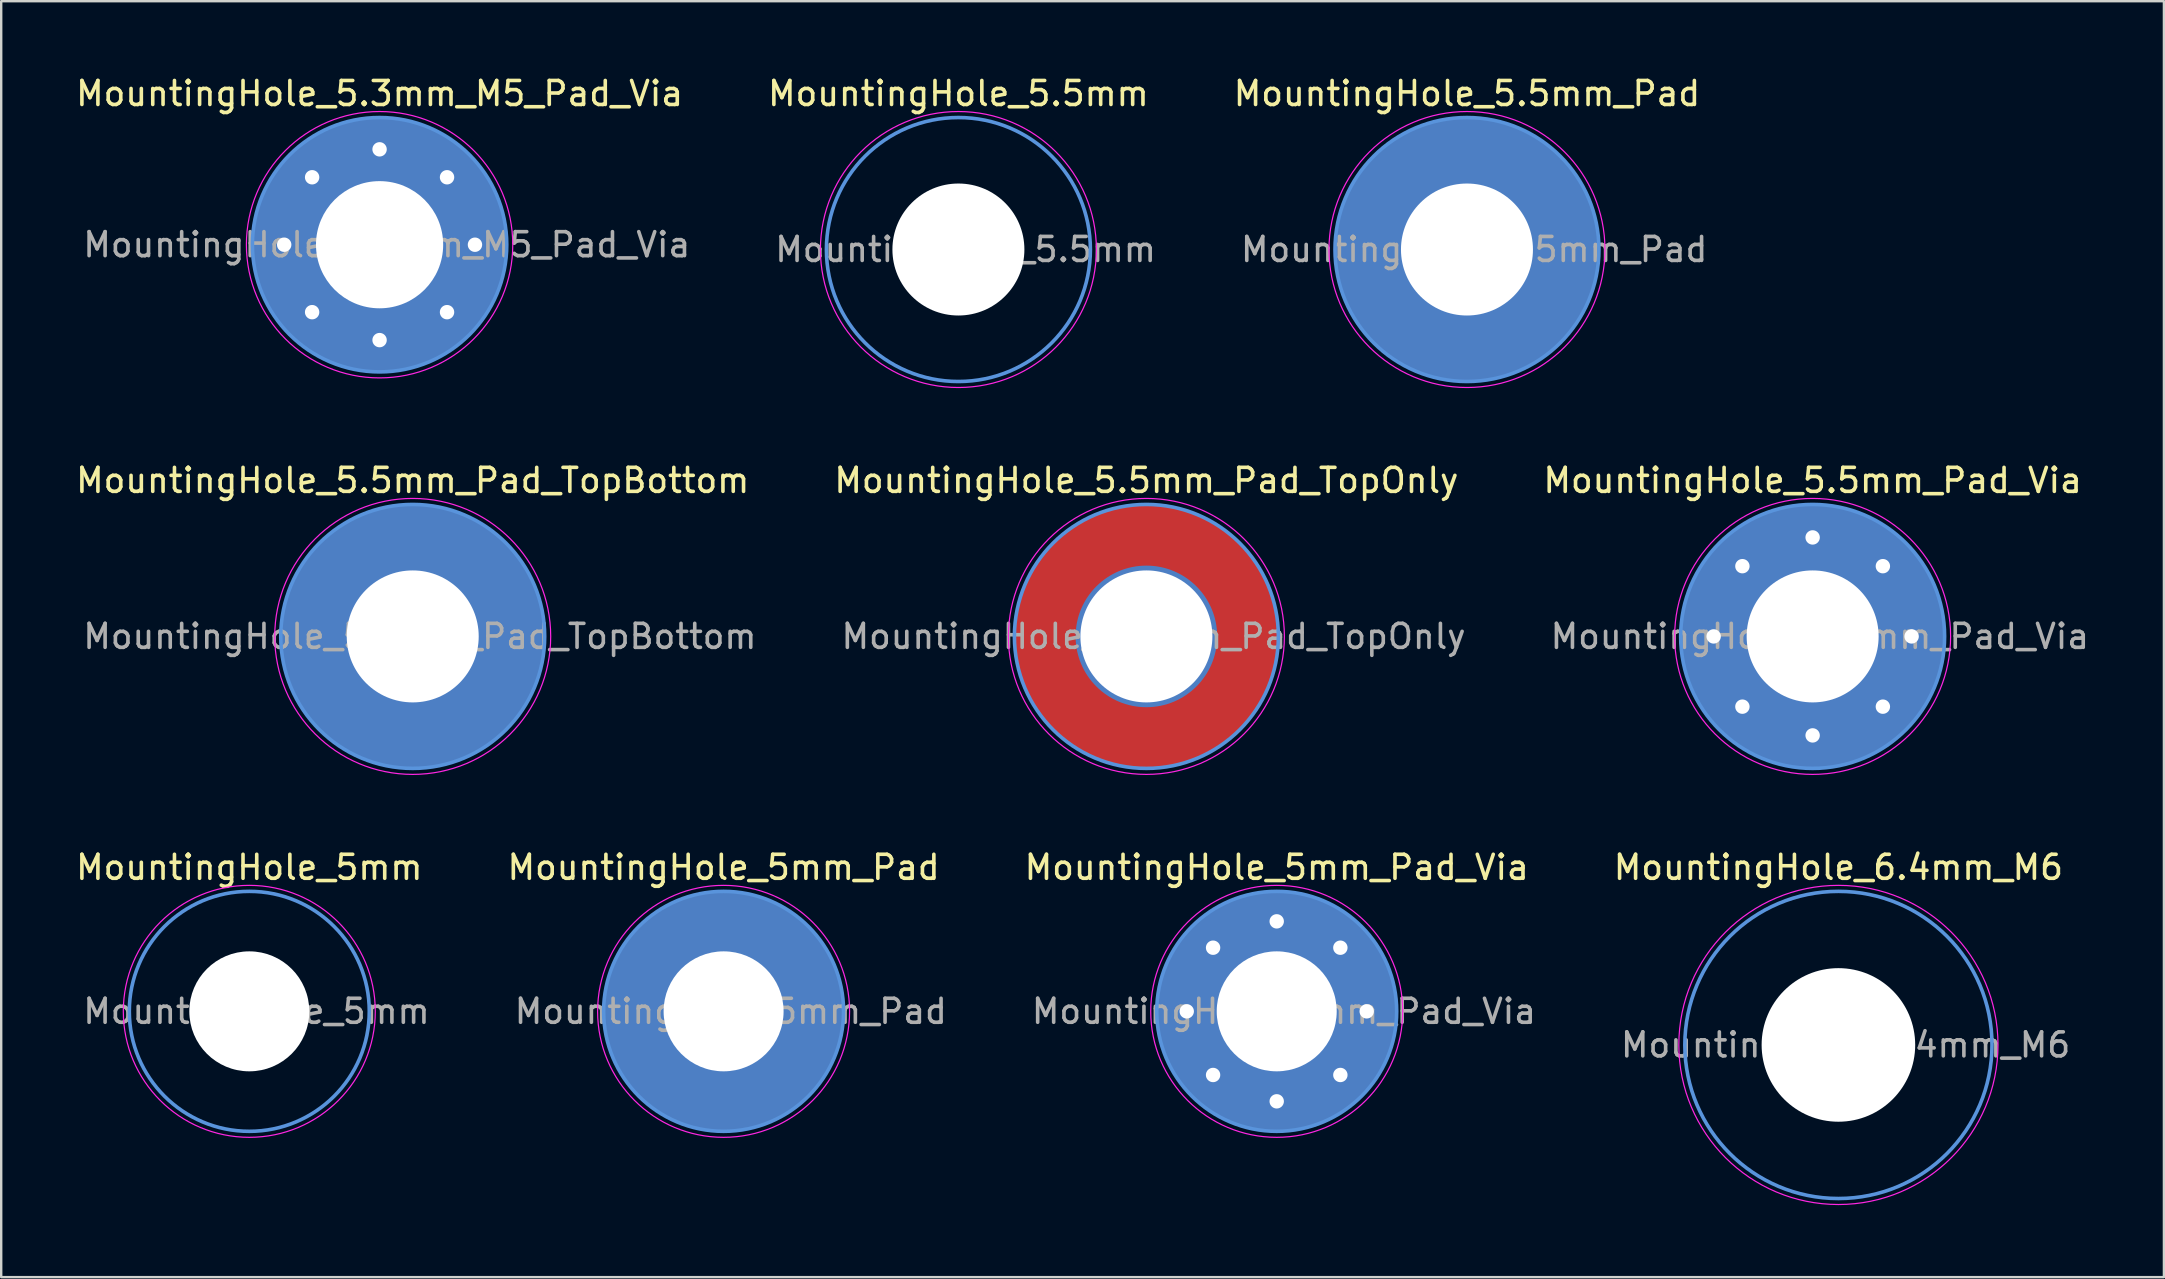
<source format=kicad_pcb>
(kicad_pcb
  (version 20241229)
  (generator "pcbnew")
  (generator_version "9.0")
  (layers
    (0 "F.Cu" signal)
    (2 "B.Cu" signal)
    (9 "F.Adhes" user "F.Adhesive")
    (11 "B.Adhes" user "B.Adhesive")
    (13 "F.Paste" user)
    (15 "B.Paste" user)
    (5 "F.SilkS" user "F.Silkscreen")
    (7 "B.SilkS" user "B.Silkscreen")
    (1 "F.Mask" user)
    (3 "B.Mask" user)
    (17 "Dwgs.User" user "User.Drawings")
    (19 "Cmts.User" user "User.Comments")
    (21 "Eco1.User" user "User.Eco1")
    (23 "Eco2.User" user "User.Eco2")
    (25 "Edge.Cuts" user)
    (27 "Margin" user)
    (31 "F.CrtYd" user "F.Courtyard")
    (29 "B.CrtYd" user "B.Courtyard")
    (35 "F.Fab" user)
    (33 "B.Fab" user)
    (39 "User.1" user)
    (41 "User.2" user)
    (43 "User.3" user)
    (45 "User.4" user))
  (footprint "MountingHole_5mm"
    (layer "F.Cu")
    (at 7.339 39.095)
    (property "Reference" "MountingHole_5mm" (at 0 -6 0) (layer "F.SilkS") (effects (font (size 1 1) (thickness 0.15))))
    (attr exclude_from_pos_files exclude_from_bom)
    (fp_circle (center 0 0) (end 5 0) (stroke (width 0.15) (type solid)) (fill no) (layer "Cmts.User"))
    (fp_circle (center 0 0) (end 5.25 0) (stroke (width 0.05) (type solid)) (fill no) (layer "F.CrtYd"))
    (fp_text user "${REFERENCE}" (at 0.3 0 0) (layer "F.Fab") (effects (font (size 1 1) (thickness 0.15))))
    (pad "" np_thru_hole circle (at 0 0) (size 5 5) (drill 5) (layers "*.Cu" "*.Mask")))
  (footprint "MountingHole_6.4mm_M6"
    (layer "F.Cu")
    (at 73.561 40.495)
    (property "Reference" "MountingHole_6.4mm_M6" (at 0 -7.4 0) (layer "F.SilkS") (effects (font (size 1 1) (thickness 0.15))))
    (attr exclude_from_pos_files exclude_from_bom)
    (fp_circle (center 0 0) (end 6.4 0) (stroke (width 0.15) (type solid)) (fill no) (layer "Cmts.User"))
    (fp_circle (center 0 0) (end 6.65 0) (stroke (width 0.05) (type solid)) (fill no) (layer "F.CrtYd"))
    (fp_text user "${REFERENCE}" (at 0.3 0 0) (layer "F.Fab") (effects (font (size 1 1) (thickness 0.15))))
    (pad "" np_thru_hole circle (at 0 0) (size 6.4 6.4) (drill 6.4) (layers "*.Cu" "*.Mask")))
  (footprint "MountingHole_5.5mm_Pad"
    (layer "F.Cu")
    (at 58.082 7.348)
    (property "Reference" "MountingHole_5.5mm_Pad" (at 0 -6.5 0) (layer "F.SilkS") (effects (font (size 1 1) (thickness 0.15))))
    (attr exclude_from_pos_files exclude_from_bom)
    (fp_circle (center 0 0) (end 5.5 0) (stroke (width 0.15) (type solid)) (fill no) (layer "Cmts.User"))
    (fp_circle (center 0 0) (end 5.75 0) (stroke (width 0.05) (type solid)) (fill no) (layer "F.CrtYd"))
    (fp_text user "${REFERENCE}" (at 0.3 0 0) (layer "F.Fab") (effects (font (size 1 1) (thickness 0.15))))
    (pad "1" thru_hole circle (at 0 0) (size 11 11) (drill 5.5) (layers "*.Cu" "*.Mask")))
  (footprint "MountingHole_5mm_Pad_Via"
    (layer "F.Cu")
    (at 50.154 39.095)
    (property "Reference" "MountingHole_5mm_Pad_Via" (at 0 -6 0) (layer "F.SilkS") (effects (font (size 1 1) (thickness 0.15))))
    (attr exclude_from_pos_files exclude_from_bom)
    (fp_circle (center 0 0) (end 5 0) (stroke (width 0.15) (type solid)) (fill no) (layer "Cmts.User"))
    (fp_circle (center 0 0) (end 5.25 0) (stroke (width 0.05) (type solid)) (fill no) (layer "F.CrtYd"))
    (fp_text user "${REFERENCE}" (at 0.3 0 0) (layer "F.Fab") (effects (font (size 1 1) (thickness 0.15))))
    (pad "1" thru_hole circle (at -3.75 0) (size 0.9 0.9) (drill 0.6) (layers "*.Cu" "*.Mask"))
    (pad "1" thru_hole circle (at -2.652 -2.652) (size 0.9 0.9) (drill 0.6) (layers "*.Cu" "*.Mask"))
    (pad "1" thru_hole circle (at -2.652 2.652) (size 0.9 0.9) (drill 0.6) (layers "*.Cu" "*.Mask"))
    (pad "1" thru_hole circle (at 0 -3.75) (size 0.9 0.9) (drill 0.6) (layers "*.Cu" "*.Mask"))
    (pad "1" thru_hole circle (at 0 0) (size 10 10) (drill 5) (layers "*.Cu" "*.Mask"))
    (pad "1" thru_hole circle (at 0 3.75) (size 0.9 0.9) (drill 0.6) (layers "*.Cu" "*.Mask"))
    (pad "1" thru_hole circle (at 2.652 -2.652) (size 0.9 0.9) (drill 0.6) (layers "*.Cu" "*.Mask"))
    (pad "1" thru_hole circle (at 2.652 2.652) (size 0.9 0.9) (drill 0.6) (layers "*.Cu" "*.Mask"))
    (pad "1" thru_hole circle (at 3.75 0) (size 0.9 0.9) (drill 0.6) (layers "*.Cu" "*.Mask")))
  (footprint "MountingHole_5.5mm_Pad_TopBottom"
    (layer "F.Cu")
    (at 14.149 23.471)
    (property "Reference" "MountingHole_5.5mm_Pad_TopBottom" (at 0 -6.5 0) (layer "F.SilkS") (effects (font (size 1 1) (thickness 0.15))))
    (attr exclude_from_pos_files exclude_from_bom)
    (fp_circle (center 0 0) (end 5.5 0) (stroke (width 0.15) (type solid)) (fill no) (layer "Cmts.User"))
    (fp_circle (center 0 0) (end 5.75 0) (stroke (width 0.05) (type solid)) (fill no) (layer "F.CrtYd"))
    (fp_text user "${REFERENCE}" (at 0.3 0 0) (layer "F.Fab") (effects (font (size 1 1) (thickness 0.15))))
    (pad "1" thru_hole circle (at 0 0) (size 5.9 5.9) (drill 5.5) (layers "*.Cu" "*.Mask"))
    (pad "1" connect circle (at 0 0) (size 11 11) (layers "F.Cu" "F.Mask"))
    (pad "1" connect circle (at 0 0) (size 11 11) (layers "B.Cu" "B.Mask")))
  (footprint "MountingHole_5.5mm_Pad_Via"
    (layer "F.Cu")
    (at 72.487 23.471)
    (property "Reference" "MountingHole_5.5mm_Pad_Via" (at 0 -6.5 0) (layer "F.SilkS") (effects (font (size 1 1) (thickness 0.15))))
    (attr exclude_from_pos_files exclude_from_bom)
    (fp_circle (center 0 0) (end 5.5 0) (stroke (width 0.15) (type solid)) (fill no) (layer "Cmts.User"))
    (fp_circle (center 0 0) (end 5.75 0) (stroke (width 0.05) (type solid)) (fill no) (layer "F.CrtYd"))
    (fp_text user "${REFERENCE}" (at 0.3 0 0) (layer "F.Fab") (effects (font (size 1 1) (thickness 0.15))))
    (pad "1" thru_hole circle (at -4.125 0) (size 0.9 0.9) (drill 0.6) (layers "*.Cu" "*.Mask"))
    (pad "1" thru_hole circle (at -2.927 -2.927) (size 0.9 0.9) (drill 0.6) (layers "*.Cu" "*.Mask"))
    (pad "1" thru_hole circle (at -2.927 2.927) (size 0.9 0.9) (drill 0.6) (layers "*.Cu" "*.Mask"))
    (pad "1" thru_hole circle (at 0 -4.125) (size 0.9 0.9) (drill 0.6) (layers "*.Cu" "*.Mask"))
    (pad "1" thru_hole circle (at 0 0) (size 11 11) (drill 5.5) (layers "*.Cu" "*.Mask"))
    (pad "1" thru_hole circle (at 0 4.125) (size 0.9 0.9) (drill 0.6) (layers "*.Cu" "*.Mask"))
    (pad "1" thru_hole circle (at 2.927 -2.927) (size 0.9 0.9) (drill 0.6) (layers "*.Cu" "*.Mask"))
    (pad "1" thru_hole circle (at 2.927 2.927) (size 0.9 0.9) (drill 0.6) (layers "*.Cu" "*.Mask"))
    (pad "1" thru_hole circle (at 4.125 0) (size 0.9 0.9) (drill 0.6) (layers "*.Cu" "*.Mask")))
  (footprint "MountingHole_5mm_Pad"
    (layer "F.Cu")
    (at 27.104 39.095)
    (property "Reference" "MountingHole_5mm_Pad" (at 0 -6 0) (layer "F.SilkS") (effects (font (size 1 1) (thickness 0.15))))
    (attr exclude_from_pos_files exclude_from_bom)
    (fp_circle (center 0 0) (end 5 0) (stroke (width 0.15) (type solid)) (fill no) (layer "Cmts.User"))
    (fp_circle (center 0 0) (end 5.25 0) (stroke (width 0.05) (type solid)) (fill no) (layer "F.CrtYd"))
    (fp_text user "${REFERENCE}" (at 0.3 0 0) (layer "F.Fab") (effects (font (size 1 1) (thickness 0.15))))
    (pad "1" thru_hole circle (at 0 0) (size 10 10) (drill 5) (layers "*.Cu" "*.Mask")))
  (footprint "MountingHole_5.5mm"
    (layer "F.Cu")
    (at 36.889 7.348)
    (property "Reference" "MountingHole_5.5mm" (at 0 -6.5 0) (layer "F.SilkS") (effects (font (size 1 1) (thickness 0.15))))
    (attr exclude_from_pos_files exclude_from_bom)
    (fp_circle (center 0 0) (end 5.5 0) (stroke (width 0.15) (type solid)) (fill no) (layer "Cmts.User"))
    (fp_circle (center 0 0) (end 5.75 0) (stroke (width 0.05) (type solid)) (fill no) (layer "F.CrtYd"))
    (fp_text user "${REFERENCE}" (at 0.3 0 0) (layer "F.Fab") (effects (font (size 1 1) (thickness 0.15))))
    (pad "" np_thru_hole circle (at 0 0) (size 5.5 5.5) (drill 5.5) (layers "*.Cu" "*.Mask")))
  (footprint "MountingHole_5.5mm_Pad_TopOnly"
    (layer "F.Cu")
    (at 44.723 23.471)
    (property "Reference" "MountingHole_5.5mm_Pad_TopOnly" (at 0 -6.5 0) (layer "F.SilkS") (effects (font (size 1 1) (thickness 0.15))))
    (attr exclude_from_pos_files exclude_from_bom)
    (fp_circle (center 0 0) (end 5.5 0) (stroke (width 0.15) (type solid)) (fill no) (layer "Cmts.User"))
    (fp_circle (center 0 0) (end 5.75 0) (stroke (width 0.05) (type solid)) (fill no) (layer "F.CrtYd"))
    (fp_text user "${REFERENCE}" (at 0.3 0 0) (layer "F.Fab") (effects (font (size 1 1) (thickness 0.15))))
    (pad "1" thru_hole circle (at 0 0) (size 5.9 5.9) (drill 5.5) (layers "*.Cu" "*.Mask"))
    (pad "1" connect circle (at 0 0) (size 11 11) (layers "F.Cu" "F.Mask")))
  (footprint "MountingHole_5.3mm_M5_Pad_Via"
    (layer "F.Cu")
    (at 12.768 7.148)
    (property "Reference" "MountingHole_5.3mm_M5_Pad_Via" (at 0 -6.3 0) (layer "F.SilkS") (effects (font (size 1 1) (thickness 0.15))))
    (attr exclude_from_pos_files exclude_from_bom)
    (fp_circle (center 0 0) (end 5.3 0) (stroke (width 0.15) (type solid)) (fill no) (layer "Cmts.User"))
    (fp_circle (center 0 0) (end 5.55 0) (stroke (width 0.05) (type solid)) (fill no) (layer "F.CrtYd"))
    (fp_text user "${REFERENCE}" (at 0.3 0 0) (layer "F.Fab") (effects (font (size 1 1) (thickness 0.15))))
    (pad "1" thru_hole circle (at -3.975 0) (size 0.9 0.9) (drill 0.6) (layers "*.Cu" "*.Mask"))
    (pad "1" thru_hole circle (at -2.811 -2.811) (size 0.9 0.9) (drill 0.6) (layers "*.Cu" "*.Mask"))
    (pad "1" thru_hole circle (at -2.811 2.811) (size 0.9 0.9) (drill 0.6) (layers "*.Cu" "*.Mask"))
    (pad "1" thru_hole circle (at 0 -3.975) (size 0.9 0.9) (drill 0.6) (layers "*.Cu" "*.Mask"))
    (pad "1" thru_hole circle (at 0 0) (size 10.6 10.6) (drill 5.3) (layers "*.Cu" "*.Mask"))
    (pad "1" thru_hole circle (at 0 3.975) (size 0.9 0.9) (drill 0.6) (layers "*.Cu" "*.Mask"))
    (pad "1" thru_hole circle (at 2.811 -2.811) (size 0.9 0.9) (drill 0.6) (layers "*.Cu" "*.Mask"))
    (pad "1" thru_hole circle (at 2.811 2.811) (size 0.9 0.9) (drill 0.6) (layers "*.Cu" "*.Mask"))
    (pad "1" thru_hole circle (at 3.975 0) (size 0.9 0.9) (drill 0.6) (layers "*.Cu" "*.Mask")))
  (gr_rect
    (start -3 -3)
    (end 87.126 50.17)
    (stroke (width 0.1) (type default))
    (fill no)
    (layer "Edge.Cuts")))
</source>
